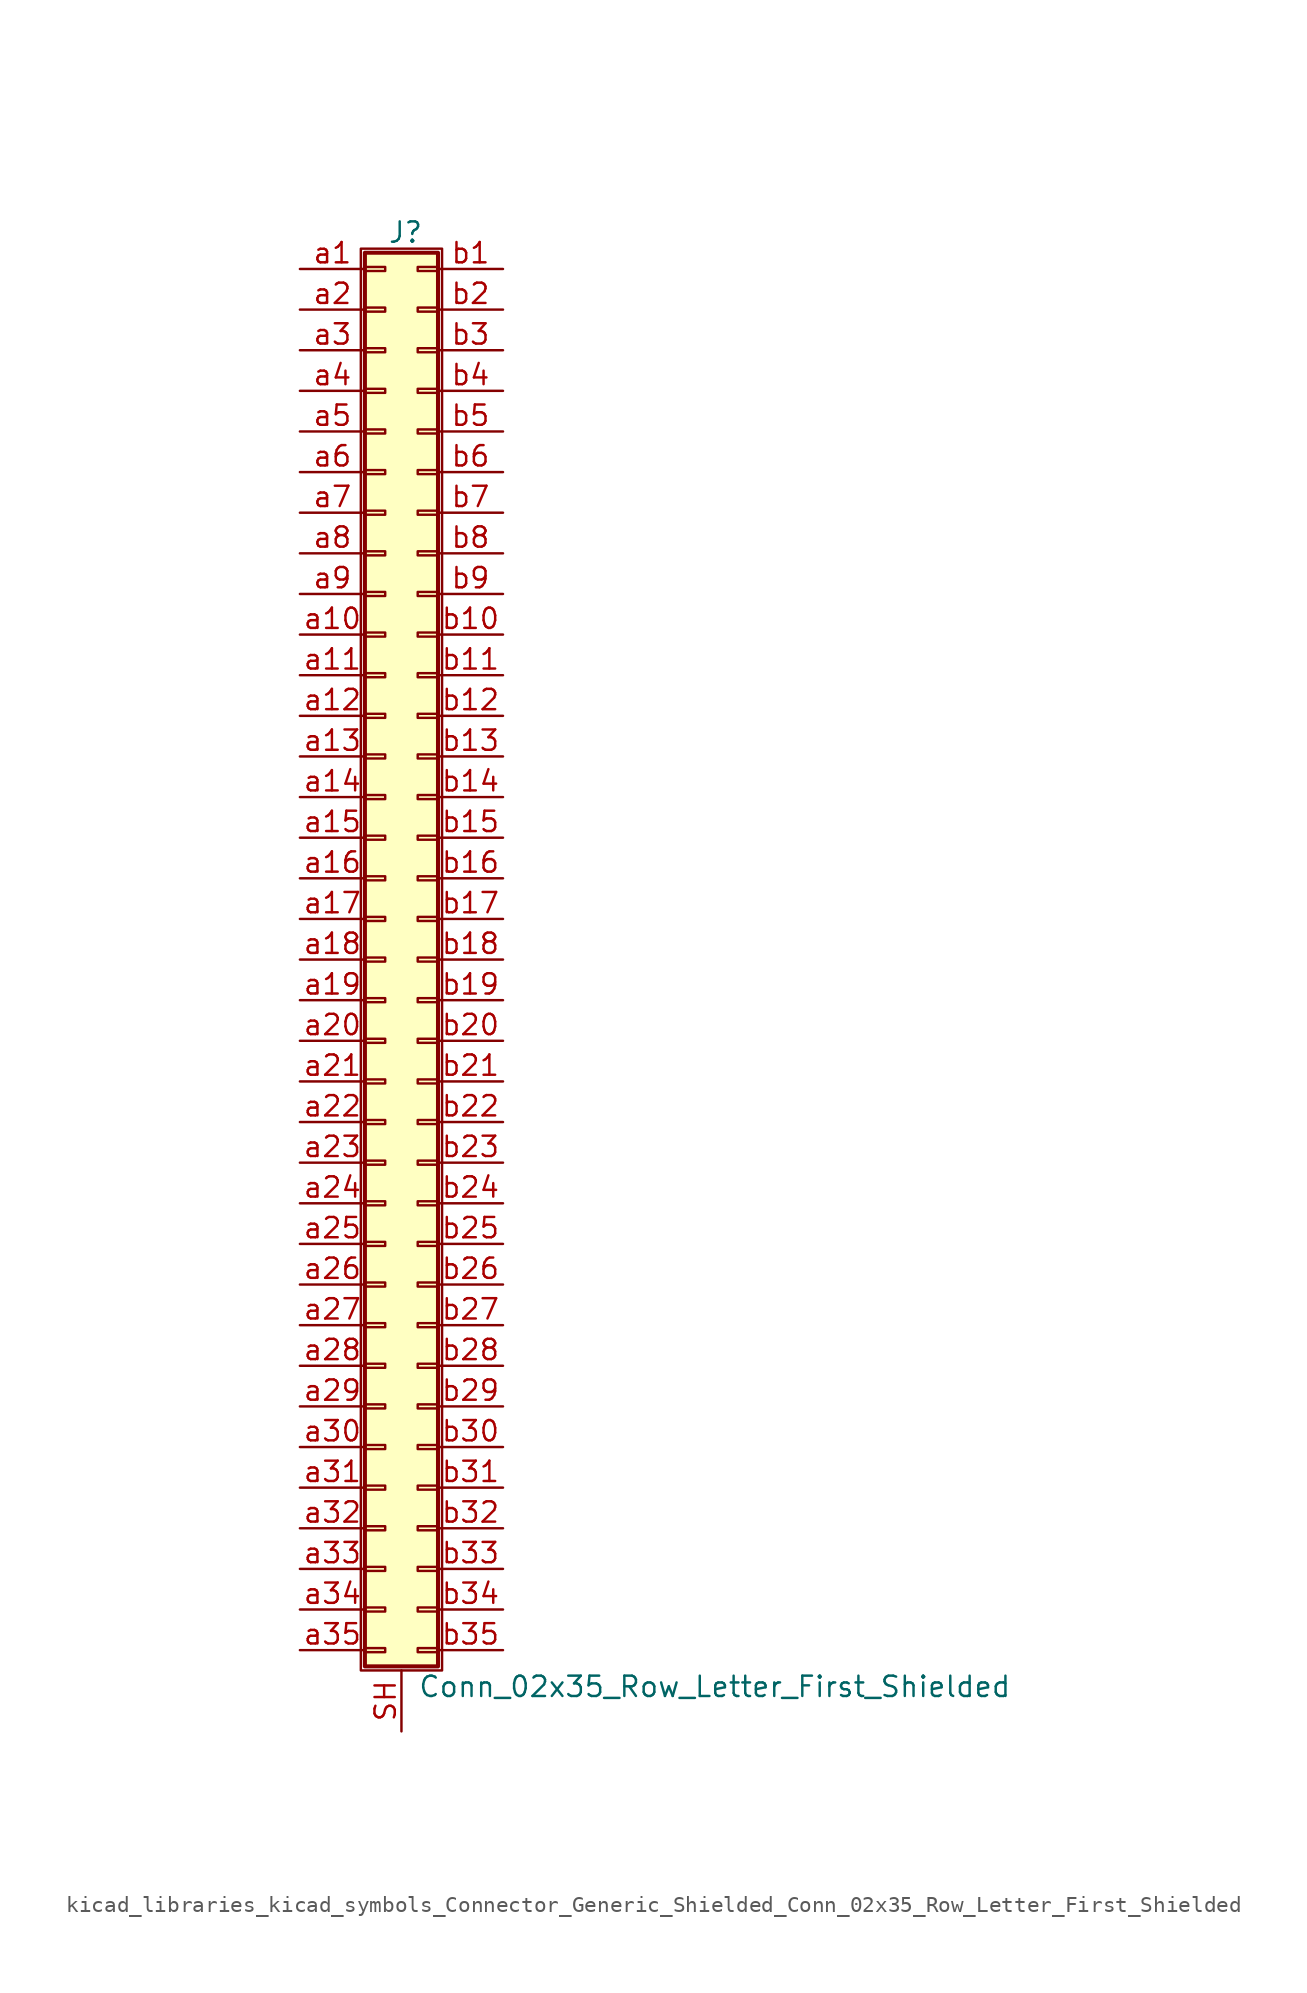
<source format=kicad_sym>
(kicad_symbol_lib
  (version 20220914)
  (generator kicad_symbol_editor)
  (symbol "kicad_libraries_kicad_symbols_Connector_Generic_Shielded_Conn_02x35_Row_Letter_First_Shielded"
    (pin_names
      (offset 1.016) hide)
    (property "Reference" "J"
      (at 1.524 45.466 0)
      (effects (font (size 1.27 1.27))))
    (property "Value" "Conn_02x35_Row_Letter_First_Shielded"
      (at 2.286 -45.466 0)
      (effects (font (size 1.27 1.27)) (justify left)))
    (symbol "kicad_libraries_kicad_symbols_Connector_Generic_Shielded_Conn_02x35_Row_Letter_First_Shielded_1_1"
      (rectangle (start -1.27 44.45) (end 3.81 -44.45) (stroke (width 0.152) (type default)) (fill (type none)))
      (rectangle (start -1.016 -43.053) (end 0.254 -43.307) (stroke (width 0.152) (type default)) (fill (type none)))
      (rectangle (start -1.016 -40.513) (end 0.254 -40.767) (stroke (width 0.152) (type default)) (fill (type none)))
      (rectangle (start -1.016 -37.973) (end 0.254 -38.227) (stroke (width 0.152) (type default)) (fill (type none)))
      (rectangle (start -1.016 -35.433) (end 0.254 -35.687) (stroke (width 0.152) (type default)) (fill (type none)))
      (rectangle (start -1.016 -32.893) (end 0.254 -33.147) (stroke (width 0.152) (type default)) (fill (type none)))
      (rectangle (start -1.016 -30.353) (end 0.254 -30.607) (stroke (width 0.152) (type default)) (fill (type none)))
      (rectangle (start -1.016 -27.813) (end 0.254 -28.067) (stroke (width 0.152) (type default)) (fill (type none)))
      (rectangle (start -1.016 -25.273) (end 0.254 -25.527) (stroke (width 0.152) (type default)) (fill (type none)))
      (rectangle (start -1.016 -22.733) (end 0.254 -22.987) (stroke (width 0.152) (type default)) (fill (type none)))
      (rectangle (start -1.016 -20.193) (end 0.254 -20.447) (stroke (width 0.152) (type default)) (fill (type none)))
      (rectangle (start -1.016 -17.653) (end 0.254 -17.907) (stroke (width 0.152) (type default)) (fill (type none)))
      (rectangle (start -1.016 -15.113) (end 0.254 -15.367) (stroke (width 0.152) (type default)) (fill (type none)))
      (rectangle (start -1.016 -12.573) (end 0.254 -12.827) (stroke (width 0.152) (type default)) (fill (type none)))
      (rectangle (start -1.016 -10.033) (end 0.254 -10.287) (stroke (width 0.152) (type default)) (fill (type none)))
      (rectangle (start -1.016 -7.493) (end 0.254 -7.747) (stroke (width 0.152) (type default)) (fill (type none)))
      (rectangle (start -1.016 -4.953) (end 0.254 -5.207) (stroke (width 0.152) (type default)) (fill (type none)))
      (rectangle (start -1.016 -2.413) (end 0.254 -2.667) (stroke (width 0.152) (type default)) (fill (type none)))
      (rectangle (start -1.016 0.127) (end 0.254 -0.127) (stroke (width 0.152) (type default)) (fill (type none)))
      (rectangle (start -1.016 2.667) (end 0.254 2.413) (stroke (width 0.152) (type default)) (fill (type none)))
      (rectangle (start -1.016 5.207) (end 0.254 4.953) (stroke (width 0.152) (type default)) (fill (type none)))
      (rectangle (start -1.016 7.747) (end 0.254 7.493) (stroke (width 0.152) (type default)) (fill (type none)))
      (rectangle (start -1.016 10.287) (end 0.254 10.033) (stroke (width 0.152) (type default)) (fill (type none)))
      (rectangle (start -1.016 12.827) (end 0.254 12.573) (stroke (width 0.152) (type default)) (fill (type none)))
      (rectangle (start -1.016 15.367) (end 0.254 15.113) (stroke (width 0.152) (type default)) (fill (type none)))
      (rectangle (start -1.016 17.907) (end 0.254 17.653) (stroke (width 0.152) (type default)) (fill (type none)))
      (rectangle (start -1.016 20.447) (end 0.254 20.193) (stroke (width 0.152) (type default)) (fill (type none)))
      (rectangle (start -1.016 22.987) (end 0.254 22.733) (stroke (width 0.152) (type default)) (fill (type none)))
      (rectangle (start -1.016 25.527) (end 0.254 25.273) (stroke (width 0.152) (type default)) (fill (type none)))
      (rectangle (start -1.016 28.067) (end 0.254 27.813) (stroke (width 0.152) (type default)) (fill (type none)))
      (rectangle (start -1.016 30.607) (end 0.254 30.353) (stroke (width 0.152) (type default)) (fill (type none)))
      (rectangle (start -1.016 33.147) (end 0.254 32.893) (stroke (width 0.152) (type default)) (fill (type none)))
      (rectangle (start -1.016 35.687) (end 0.254 35.433) (stroke (width 0.152) (type default)) (fill (type none)))
      (rectangle (start -1.016 38.227) (end 0.254 37.973) (stroke (width 0.152) (type default)) (fill (type none)))
      (rectangle (start -1.016 40.767) (end 0.254 40.513) (stroke (width 0.152) (type default)) (fill (type none)))
      (rectangle (start -1.016 43.307) (end 0.254 43.053) (stroke (width 0.152) (type default)) (fill (type none)))
      (rectangle (start -1.016 44.196) (end 3.556 -44.196) (stroke (width 0.254) (type default)) (fill (type background)))
      (rectangle (start 3.556 -43.053) (end 2.286 -43.307) (stroke (width 0.152) (type default)) (fill (type none)))
      (rectangle (start 3.556 -40.513) (end 2.286 -40.767) (stroke (width 0.152) (type default)) (fill (type none)))
      (rectangle (start 3.556 -37.973) (end 2.286 -38.227) (stroke (width 0.152) (type default)) (fill (type none)))
      (rectangle (start 3.556 -35.433) (end 2.286 -35.687) (stroke (width 0.152) (type default)) (fill (type none)))
      (rectangle (start 3.556 -32.893) (end 2.286 -33.147) (stroke (width 0.152) (type default)) (fill (type none)))
      (rectangle (start 3.556 -30.353) (end 2.286 -30.607) (stroke (width 0.152) (type default)) (fill (type none)))
      (rectangle (start 3.556 -27.813) (end 2.286 -28.067) (stroke (width 0.152) (type default)) (fill (type none)))
      (rectangle (start 3.556 -25.273) (end 2.286 -25.527) (stroke (width 0.152) (type default)) (fill (type none)))
      (rectangle (start 3.556 -22.733) (end 2.286 -22.987) (stroke (width 0.152) (type default)) (fill (type none)))
      (rectangle (start 3.556 -20.193) (end 2.286 -20.447) (stroke (width 0.152) (type default)) (fill (type none)))
      (rectangle (start 3.556 -17.653) (end 2.286 -17.907) (stroke (width 0.152) (type default)) (fill (type none)))
      (rectangle (start 3.556 -15.113) (end 2.286 -15.367) (stroke (width 0.152) (type default)) (fill (type none)))
      (rectangle (start 3.556 -12.573) (end 2.286 -12.827) (stroke (width 0.152) (type default)) (fill (type none)))
      (rectangle (start 3.556 -10.033) (end 2.286 -10.287) (stroke (width 0.152) (type default)) (fill (type none)))
      (rectangle (start 3.556 -7.493) (end 2.286 -7.747) (stroke (width 0.152) (type default)) (fill (type none)))
      (rectangle (start 3.556 -4.953) (end 2.286 -5.207) (stroke (width 0.152) (type default)) (fill (type none)))
      (rectangle (start 3.556 -2.413) (end 2.286 -2.667) (stroke (width 0.152) (type default)) (fill (type none)))
      (rectangle (start 3.556 0.127) (end 2.286 -0.127) (stroke (width 0.152) (type default)) (fill (type none)))
      (rectangle (start 3.556 2.667) (end 2.286 2.413) (stroke (width 0.152) (type default)) (fill (type none)))
      (rectangle (start 3.556 5.207) (end 2.286 4.953) (stroke (width 0.152) (type default)) (fill (type none)))
      (rectangle (start 3.556 7.747) (end 2.286 7.493) (stroke (width 0.152) (type default)) (fill (type none)))
      (rectangle (start 3.556 10.287) (end 2.286 10.033) (stroke (width 0.152) (type default)) (fill (type none)))
      (rectangle (start 3.556 12.827) (end 2.286 12.573) (stroke (width 0.152) (type default)) (fill (type none)))
      (rectangle (start 3.556 15.367) (end 2.286 15.113) (stroke (width 0.152) (type default)) (fill (type none)))
      (rectangle (start 3.556 17.907) (end 2.286 17.653) (stroke (width 0.152) (type default)) (fill (type none)))
      (rectangle (start 3.556 20.447) (end 2.286 20.193) (stroke (width 0.152) (type default)) (fill (type none)))
      (rectangle (start 3.556 22.987) (end 2.286 22.733) (stroke (width 0.152) (type default)) (fill (type none)))
      (rectangle (start 3.556 25.527) (end 2.286 25.273) (stroke (width 0.152) (type default)) (fill (type none)))
      (rectangle (start 3.556 28.067) (end 2.286 27.813) (stroke (width 0.152) (type default)) (fill (type none)))
      (rectangle (start 3.556 30.607) (end 2.286 30.353) (stroke (width 0.152) (type default)) (fill (type none)))
      (rectangle (start 3.556 33.147) (end 2.286 32.893) (stroke (width 0.152) (type default)) (fill (type none)))
      (rectangle (start 3.556 35.687) (end 2.286 35.433) (stroke (width 0.152) (type default)) (fill (type none)))
      (rectangle (start 3.556 38.227) (end 2.286 37.973) (stroke (width 0.152) (type default)) (fill (type none)))
      (rectangle (start 3.556 40.767) (end 2.286 40.513) (stroke (width 0.152) (type default)) (fill (type none)))
      (rectangle (start 3.556 43.307) (end 2.286 43.053) (stroke (width 0.152) (type default)) (fill (type none)))
      (pin passive line (at 1.27 -48.26 90) (length 3.81) (name "Shield" (effects (font (size 1.27 1.27)))) (number "SH" (effects (font (size 1.27 1.27)))))
      (pin passive line (at -5.08 43.18 0) (length 4.064) (name "Pin_a1" (effects (font (size 1.27 1.27)))) (number "a1" (effects (font (size 1.27 1.27)))))
      (pin passive line (at -5.08 20.32 0) (length 4.064) (name "Pin_a10" (effects (font (size 1.27 1.27)))) (number "a10" (effects (font (size 1.27 1.27)))))
      (pin passive line (at -5.08 17.78 0) (length 4.064) (name "Pin_a11" (effects (font (size 1.27 1.27)))) (number "a11" (effects (font (size 1.27 1.27)))))
      (pin passive line (at -5.08 15.24 0) (length 4.064) (name "Pin_a12" (effects (font (size 1.27 1.27)))) (number "a12" (effects (font (size 1.27 1.27)))))
      (pin passive line (at -5.08 12.7 0) (length 4.064) (name "Pin_a13" (effects (font (size 1.27 1.27)))) (number "a13" (effects (font (size 1.27 1.27)))))
      (pin passive line (at -5.08 10.16 0) (length 4.064) (name "Pin_a14" (effects (font (size 1.27 1.27)))) (number "a14" (effects (font (size 1.27 1.27)))))
      (pin passive line (at -5.08 7.62 0) (length 4.064) (name "Pin_a15" (effects (font (size 1.27 1.27)))) (number "a15" (effects (font (size 1.27 1.27)))))
      (pin passive line (at -5.08 5.08 0) (length 4.064) (name "Pin_a16" (effects (font (size 1.27 1.27)))) (number "a16" (effects (font (size 1.27 1.27)))))
      (pin passive line (at -5.08 2.54 0) (length 4.064) (name "Pin_a17" (effects (font (size 1.27 1.27)))) (number "a17" (effects (font (size 1.27 1.27)))))
      (pin passive line (at -5.08 0 0) (length 4.064) (name "Pin_a18" (effects (font (size 1.27 1.27)))) (number "a18" (effects (font (size 1.27 1.27)))))
      (pin passive line (at -5.08 -2.54 0) (length 4.064) (name "Pin_a19" (effects (font (size 1.27 1.27)))) (number "a19" (effects (font (size 1.27 1.27)))))
      (pin passive line (at -5.08 40.64 0) (length 4.064) (name "Pin_a2" (effects (font (size 1.27 1.27)))) (number "a2" (effects (font (size 1.27 1.27)))))
      (pin passive line (at -5.08 -5.08 0) (length 4.064) (name "Pin_a20" (effects (font (size 1.27 1.27)))) (number "a20" (effects (font (size 1.27 1.27)))))
      (pin passive line (at -5.08 -7.62 0) (length 4.064) (name "Pin_a21" (effects (font (size 1.27 1.27)))) (number "a21" (effects (font (size 1.27 1.27)))))
      (pin passive line (at -5.08 -10.16 0) (length 4.064) (name "Pin_a22" (effects (font (size 1.27 1.27)))) (number "a22" (effects (font (size 1.27 1.27)))))
      (pin passive line (at -5.08 -12.7 0) (length 4.064) (name "Pin_a23" (effects (font (size 1.27 1.27)))) (number "a23" (effects (font (size 1.27 1.27)))))
      (pin passive line (at -5.08 -15.24 0) (length 4.064) (name "Pin_a24" (effects (font (size 1.27 1.27)))) (number "a24" (effects (font (size 1.27 1.27)))))
      (pin passive line (at -5.08 -17.78 0) (length 4.064) (name "Pin_a25" (effects (font (size 1.27 1.27)))) (number "a25" (effects (font (size 1.27 1.27)))))
      (pin passive line (at -5.08 -20.32 0) (length 4.064) (name "Pin_a26" (effects (font (size 1.27 1.27)))) (number "a26" (effects (font (size 1.27 1.27)))))
      (pin passive line (at -5.08 -22.86 0) (length 4.064) (name "Pin_a27" (effects (font (size 1.27 1.27)))) (number "a27" (effects (font (size 1.27 1.27)))))
      (pin passive line (at -5.08 -25.4 0) (length 4.064) (name "Pin_a28" (effects (font (size 1.27 1.27)))) (number "a28" (effects (font (size 1.27 1.27)))))
      (pin passive line (at -5.08 -27.94 0) (length 4.064) (name "Pin_a29" (effects (font (size 1.27 1.27)))) (number "a29" (effects (font (size 1.27 1.27)))))
      (pin passive line (at -5.08 38.1 0) (length 4.064) (name "Pin_a3" (effects (font (size 1.27 1.27)))) (number "a3" (effects (font (size 1.27 1.27)))))
      (pin passive line (at -5.08 -30.48 0) (length 4.064) (name "Pin_a30" (effects (font (size 1.27 1.27)))) (number "a30" (effects (font (size 1.27 1.27)))))
      (pin passive line (at -5.08 -33.02 0) (length 4.064) (name "Pin_a31" (effects (font (size 1.27 1.27)))) (number "a31" (effects (font (size 1.27 1.27)))))
      (pin passive line (at -5.08 -35.56 0) (length 4.064) (name "Pin_a32" (effects (font (size 1.27 1.27)))) (number "a32" (effects (font (size 1.27 1.27)))))
      (pin passive line (at -5.08 -38.1 0) (length 4.064) (name "Pin_a33" (effects (font (size 1.27 1.27)))) (number "a33" (effects (font (size 1.27 1.27)))))
      (pin passive line (at -5.08 -40.64 0) (length 4.064) (name "Pin_a34" (effects (font (size 1.27 1.27)))) (number "a34" (effects (font (size 1.27 1.27)))))
      (pin passive line (at -5.08 -43.18 0) (length 4.064) (name "Pin_a35" (effects (font (size 1.27 1.27)))) (number "a35" (effects (font (size 1.27 1.27)))))
      (pin passive line (at -5.08 35.56 0) (length 4.064) (name "Pin_a4" (effects (font (size 1.27 1.27)))) (number "a4" (effects (font (size 1.27 1.27)))))
      (pin passive line (at -5.08 33.02 0) (length 4.064) (name "Pin_a5" (effects (font (size 1.27 1.27)))) (number "a5" (effects (font (size 1.27 1.27)))))
      (pin passive line (at -5.08 30.48 0) (length 4.064) (name "Pin_a6" (effects (font (size 1.27 1.27)))) (number "a6" (effects (font (size 1.27 1.27)))))
      (pin passive line (at -5.08 27.94 0) (length 4.064) (name "Pin_a7" (effects (font (size 1.27 1.27)))) (number "a7" (effects (font (size 1.27 1.27)))))
      (pin passive line (at -5.08 25.4 0) (length 4.064) (name "Pin_a8" (effects (font (size 1.27 1.27)))) (number "a8" (effects (font (size 1.27 1.27)))))
      (pin passive line (at -5.08 22.86 0) (length 4.064) (name "Pin_a9" (effects (font (size 1.27 1.27)))) (number "a9" (effects (font (size 1.27 1.27)))))
      (pin passive line (at 7.62 43.18 180) (length 4.064) (name "Pin_b1" (effects (font (size 1.27 1.27)))) (number "b1" (effects (font (size 1.27 1.27)))))
      (pin passive line (at 7.62 20.32 180) (length 4.064) (name "Pin_b10" (effects (font (size 1.27 1.27)))) (number "b10" (effects (font (size 1.27 1.27)))))
      (pin passive line (at 7.62 17.78 180) (length 4.064) (name "Pin_b11" (effects (font (size 1.27 1.27)))) (number "b11" (effects (font (size 1.27 1.27)))))
      (pin passive line (at 7.62 15.24 180) (length 4.064) (name "Pin_b12" (effects (font (size 1.27 1.27)))) (number "b12" (effects (font (size 1.27 1.27)))))
      (pin passive line (at 7.62 12.7 180) (length 4.064) (name "Pin_b13" (effects (font (size 1.27 1.27)))) (number "b13" (effects (font (size 1.27 1.27)))))
      (pin passive line (at 7.62 10.16 180) (length 4.064) (name "Pin_b14" (effects (font (size 1.27 1.27)))) (number "b14" (effects (font (size 1.27 1.27)))))
      (pin passive line (at 7.62 7.62 180) (length 4.064) (name "Pin_b15" (effects (font (size 1.27 1.27)))) (number "b15" (effects (font (size 1.27 1.27)))))
      (pin passive line (at 7.62 5.08 180) (length 4.064) (name "Pin_b16" (effects (font (size 1.27 1.27)))) (number "b16" (effects (font (size 1.27 1.27)))))
      (pin passive line (at 7.62 2.54 180) (length 4.064) (name "Pin_b17" (effects (font (size 1.27 1.27)))) (number "b17" (effects (font (size 1.27 1.27)))))
      (pin passive line (at 7.62 0 180) (length 4.064) (name "Pin_b18" (effects (font (size 1.27 1.27)))) (number "b18" (effects (font (size 1.27 1.27)))))
      (pin passive line (at 7.62 -2.54 180) (length 4.064) (name "Pin_b19" (effects (font (size 1.27 1.27)))) (number "b19" (effects (font (size 1.27 1.27)))))
      (pin passive line (at 7.62 40.64 180) (length 4.064) (name "Pin_b2" (effects (font (size 1.27 1.27)))) (number "b2" (effects (font (size 1.27 1.27)))))
      (pin passive line (at 7.62 -5.08 180) (length 4.064) (name "Pin_b20" (effects (font (size 1.27 1.27)))) (number "b20" (effects (font (size 1.27 1.27)))))
      (pin passive line (at 7.62 -7.62 180) (length 4.064) (name "Pin_b21" (effects (font (size 1.27 1.27)))) (number "b21" (effects (font (size 1.27 1.27)))))
      (pin passive line (at 7.62 -10.16 180) (length 4.064) (name "Pin_b22" (effects (font (size 1.27 1.27)))) (number "b22" (effects (font (size 1.27 1.27)))))
      (pin passive line (at 7.62 -12.7 180) (length 4.064) (name "Pin_b23" (effects (font (size 1.27 1.27)))) (number "b23" (effects (font (size 1.27 1.27)))))
      (pin passive line (at 7.62 -15.24 180) (length 4.064) (name "Pin_b24" (effects (font (size 1.27 1.27)))) (number "b24" (effects (font (size 1.27 1.27)))))
      (pin passive line (at 7.62 -17.78 180) (length 4.064) (name "Pin_b25" (effects (font (size 1.27 1.27)))) (number "b25" (effects (font (size 1.27 1.27)))))
      (pin passive line (at 7.62 -20.32 180) (length 4.064) (name "Pin_b26" (effects (font (size 1.27 1.27)))) (number "b26" (effects (font (size 1.27 1.27)))))
      (pin passive line (at 7.62 -22.86 180) (length 4.064) (name "Pin_b27" (effects (font (size 1.27 1.27)))) (number "b27" (effects (font (size 1.27 1.27)))))
      (pin passive line (at 7.62 -25.4 180) (length 4.064) (name "Pin_b28" (effects (font (size 1.27 1.27)))) (number "b28" (effects (font (size 1.27 1.27)))))
      (pin passive line (at 7.62 -27.94 180) (length 4.064) (name "Pin_b29" (effects (font (size 1.27 1.27)))) (number "b29" (effects (font (size 1.27 1.27)))))
      (pin passive line (at 7.62 38.1 180) (length 4.064) (name "Pin_b3" (effects (font (size 1.27 1.27)))) (number "b3" (effects (font (size 1.27 1.27)))))
      (pin passive line (at 7.62 -30.48 180) (length 4.064) (name "Pin_b30" (effects (font (size 1.27 1.27)))) (number "b30" (effects (font (size 1.27 1.27)))))
      (pin passive line (at 7.62 -33.02 180) (length 4.064) (name "Pin_b31" (effects (font (size 1.27 1.27)))) (number "b31" (effects (font (size 1.27 1.27)))))
      (pin passive line (at 7.62 -35.56 180) (length 4.064) (name "Pin_b32" (effects (font (size 1.27 1.27)))) (number "b32" (effects (font (size 1.27 1.27)))))
      (pin passive line (at 7.62 -38.1 180) (length 4.064) (name "Pin_b33" (effects (font (size 1.27 1.27)))) (number "b33" (effects (font (size 1.27 1.27)))))
      (pin passive line (at 7.62 -40.64 180) (length 4.064) (name "Pin_b34" (effects (font (size 1.27 1.27)))) (number "b34" (effects (font (size 1.27 1.27)))))
      (pin passive line (at 7.62 -43.18 180) (length 4.064) (name "Pin_b35" (effects (font (size 1.27 1.27)))) (number "b35" (effects (font (size 1.27 1.27)))))
      (pin passive line (at 7.62 35.56 180) (length 4.064) (name "Pin_b4" (effects (font (size 1.27 1.27)))) (number "b4" (effects (font (size 1.27 1.27)))))
      (pin passive line (at 7.62 33.02 180) (length 4.064) (name "Pin_b5" (effects (font (size 1.27 1.27)))) (number "b5" (effects (font (size 1.27 1.27)))))
      (pin passive line (at 7.62 30.48 180) (length 4.064) (name "Pin_b6" (effects (font (size 1.27 1.27)))) (number "b6" (effects (font (size 1.27 1.27)))))
      (pin passive line (at 7.62 27.94 180) (length 4.064) (name "Pin_b7" (effects (font (size 1.27 1.27)))) (number "b7" (effects (font (size 1.27 1.27)))))
      (pin passive line (at 7.62 25.4 180) (length 4.064) (name "Pin_b8" (effects (font (size 1.27 1.27)))) (number "b8" (effects (font (size 1.27 1.27)))))
      (pin passive line (at 7.62 22.86 180) (length 4.064) (name "Pin_b9" (effects (font (size 1.27 1.27)))) (number "b9" (effects (font (size 1.27 1.27))))))))
</source>
